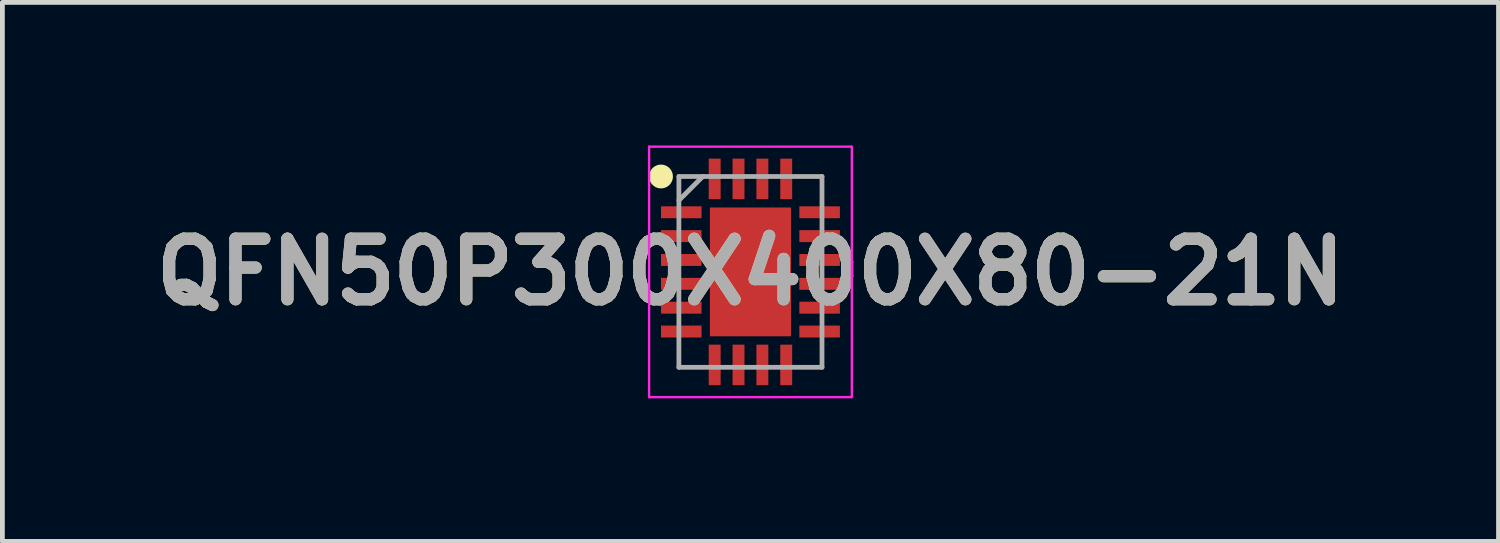
<source format=kicad_pcb>
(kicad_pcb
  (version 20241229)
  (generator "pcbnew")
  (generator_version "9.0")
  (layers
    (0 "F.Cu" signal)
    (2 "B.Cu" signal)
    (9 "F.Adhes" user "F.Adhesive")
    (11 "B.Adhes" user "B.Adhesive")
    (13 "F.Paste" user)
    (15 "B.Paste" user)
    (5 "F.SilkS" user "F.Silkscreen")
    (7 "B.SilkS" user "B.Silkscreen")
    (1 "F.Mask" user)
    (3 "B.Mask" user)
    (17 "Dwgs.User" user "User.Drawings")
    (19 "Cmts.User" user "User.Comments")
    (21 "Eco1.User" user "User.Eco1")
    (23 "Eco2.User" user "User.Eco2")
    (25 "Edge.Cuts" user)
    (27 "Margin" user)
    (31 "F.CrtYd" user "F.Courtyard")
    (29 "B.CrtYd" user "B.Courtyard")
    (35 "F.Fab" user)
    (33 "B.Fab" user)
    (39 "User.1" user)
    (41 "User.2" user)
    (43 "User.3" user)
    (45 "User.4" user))
  (footprint "QFN50P300X400X80-21N"
    (layer "F.Cu")
    (at 12.682 2.65)
    (property "Reference" "QFN50P300X400X80-21N" (at 0 0 0) (layer "F.SilkS") (effects (font (size 1.27 1.27) (thickness 0.254))))
    (attr smd)
    (fp_circle (center -1.875 -2) (end -1.875 -1.875) (stroke (width 0.25) (type solid)) (fill no) (layer "F.SilkS"))
    (fp_line (start -2.125 -2.625) (end 2.125 -2.625) (stroke (width 0.05) (type solid)) (layer "F.CrtYd"))
    (fp_line (start -2.125 2.625) (end -2.125 -2.625) (stroke (width 0.05) (type solid)) (layer "F.CrtYd"))
    (fp_line (start 2.125 -2.625) (end 2.125 2.625) (stroke (width 0.05) (type solid)) (layer "F.CrtYd"))
    (fp_line (start 2.125 2.625) (end -2.125 2.625) (stroke (width 0.05) (type solid)) (layer "F.CrtYd"))
    (fp_line (start -1.5 -2) (end 1.5 -2) (stroke (width 0.1) (type solid)) (layer "F.Fab"))
    (fp_line (start -1.5 -1.5) (end -1 -2) (stroke (width 0.1) (type solid)) (layer "F.Fab"))
    (fp_line (start -1.5 2) (end -1.5 -2) (stroke (width 0.1) (type solid)) (layer "F.Fab"))
    (fp_line (start 1.5 -2) (end 1.5 2) (stroke (width 0.1) (type solid)) (layer "F.Fab"))
    (fp_line (start 1.5 2) (end -1.5 2) (stroke (width 0.1) (type solid)) (layer "F.Fab"))
    (fp_text user "${REFERENCE}" (at 0 0 0) (layer "F.Fab") (effects (font (size 1.27 1.27) (thickness 0.254))))
    (pad "1" smd rect (at -1.45 -1.25 90) (size 0.25 0.85) (layers "F.Cu" "F.Mask" "F.Paste"))
    (pad "2" smd rect (at -1.45 -0.75 90) (size 0.25 0.85) (layers "F.Cu" "F.Mask" "F.Paste"))
    (pad "3" smd rect (at -1.45 -0.25 90) (size 0.25 0.85) (layers "F.Cu" "F.Mask" "F.Paste"))
    (pad "4" smd rect (at -1.45 0.25 90) (size 0.25 0.85) (layers "F.Cu" "F.Mask" "F.Paste"))
    (pad "5" smd rect (at -1.45 0.75 90) (size 0.25 0.85) (layers "F.Cu" "F.Mask" "F.Paste"))
    (pad "6" smd rect (at -1.45 1.25 90) (size 0.25 0.85) (layers "F.Cu" "F.Mask" "F.Paste"))
    (pad "7" smd rect (at -0.75 1.95) (size 0.25 0.85) (layers "F.Cu" "F.Mask" "F.Paste"))
    (pad "8" smd rect (at -0.25 1.95) (size 0.25 0.85) (layers "F.Cu" "F.Mask" "F.Paste"))
    (pad "9" smd rect (at 0.25 1.95) (size 0.25 0.85) (layers "F.Cu" "F.Mask" "F.Paste"))
    (pad "10" smd rect (at 0.75 1.95) (size 0.25 0.85) (layers "F.Cu" "F.Mask" "F.Paste"))
    (pad "11" smd rect (at 1.45 1.25 90) (size 0.25 0.85) (layers "F.Cu" "F.Mask" "F.Paste"))
    (pad "12" smd rect (at 1.45 0.75 90) (size 0.25 0.85) (layers "F.Cu" "F.Mask" "F.Paste"))
    (pad "13" smd rect (at 1.45 0.25 90) (size 0.25 0.85) (layers "F.Cu" "F.Mask" "F.Paste"))
    (pad "14" smd rect (at 1.45 -0.25 90) (size 0.25 0.85) (layers "F.Cu" "F.Mask" "F.Paste"))
    (pad "15" smd rect (at 1.45 -0.75 90) (size 0.25 0.85) (layers "F.Cu" "F.Mask" "F.Paste"))
    (pad "16" smd rect (at 1.45 -1.25 90) (size 0.25 0.85) (layers "F.Cu" "F.Mask" "F.Paste"))
    (pad "17" smd rect (at 0.75 -1.95) (size 0.25 0.85) (layers "F.Cu" "F.Mask" "F.Paste"))
    (pad "18" smd rect (at 0.25 -1.95) (size 0.25 0.85) (layers "F.Cu" "F.Mask" "F.Paste"))
    (pad "19" smd rect (at -0.25 -1.95) (size 0.25 0.85) (layers "F.Cu" "F.Mask" "F.Paste"))
    (pad "20" smd rect (at -0.75 -1.95) (size 0.25 0.85) (layers "F.Cu" "F.Mask" "F.Paste"))
    (pad "21" smd rect (at 0 0) (size 1.7 2.7) (layers "F.Cu" "F.Mask" "F.Paste")))
  (gr_rect
    (start -3 -3)
    (end 28.364 8.3)
    (stroke (width 0.1) (type default))
    (fill no)
    (layer "Edge.Cuts")))
</source>
